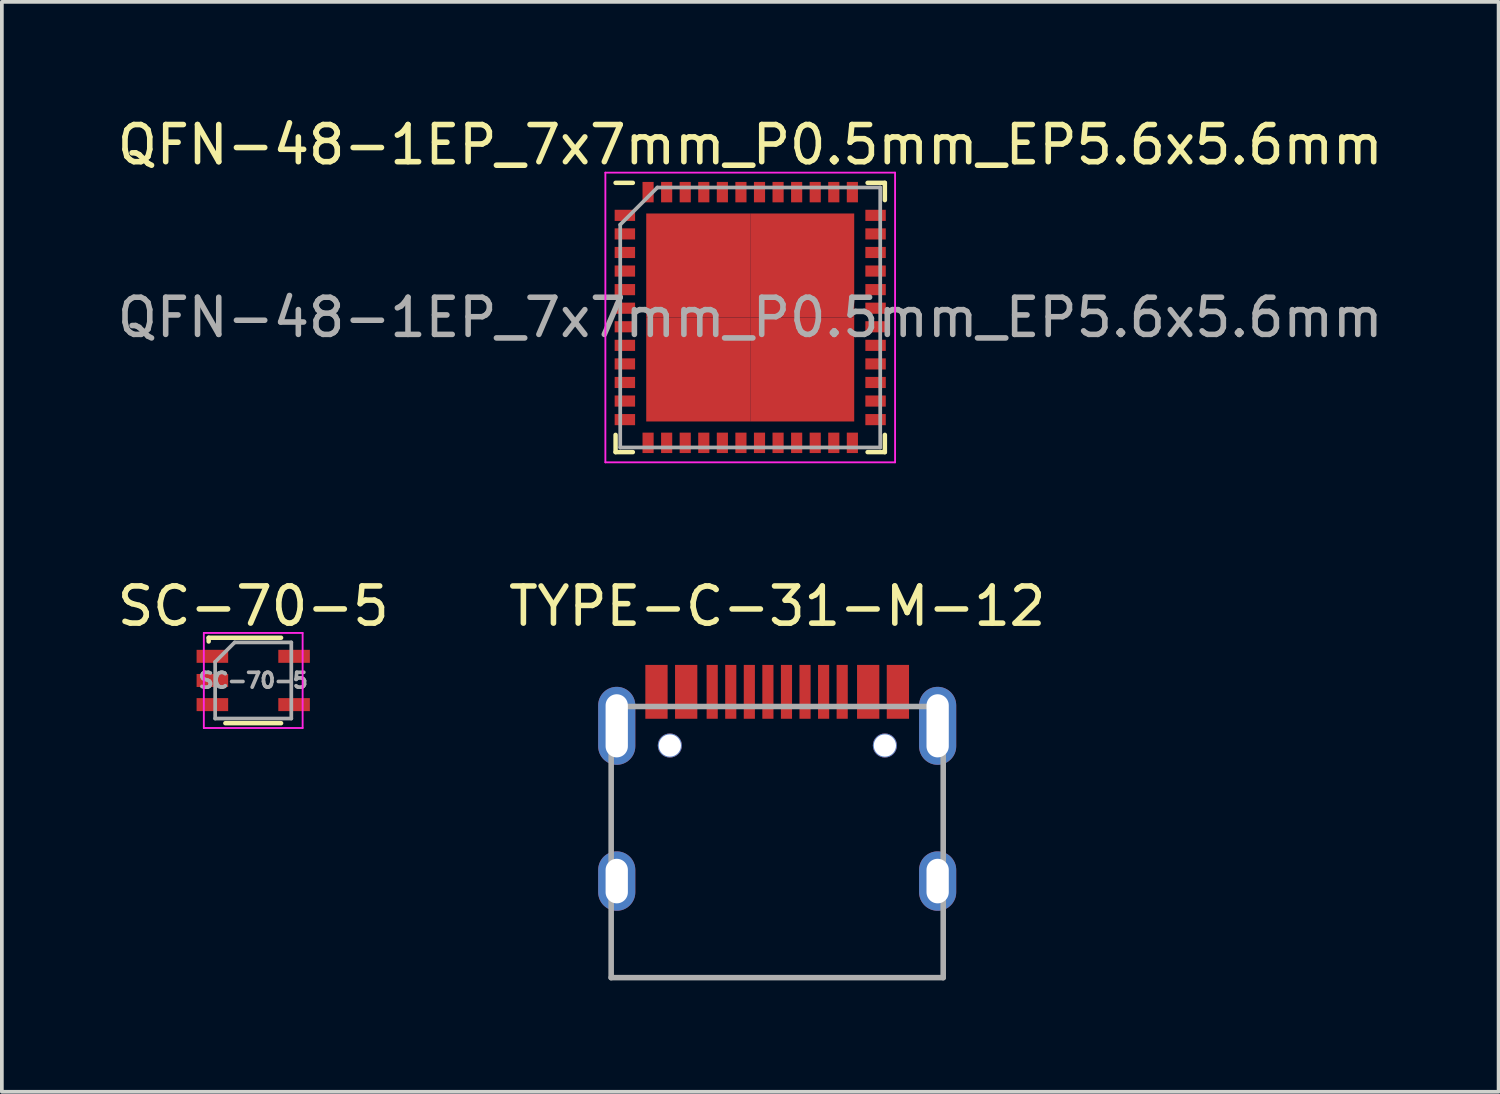
<source format=kicad_pcb>
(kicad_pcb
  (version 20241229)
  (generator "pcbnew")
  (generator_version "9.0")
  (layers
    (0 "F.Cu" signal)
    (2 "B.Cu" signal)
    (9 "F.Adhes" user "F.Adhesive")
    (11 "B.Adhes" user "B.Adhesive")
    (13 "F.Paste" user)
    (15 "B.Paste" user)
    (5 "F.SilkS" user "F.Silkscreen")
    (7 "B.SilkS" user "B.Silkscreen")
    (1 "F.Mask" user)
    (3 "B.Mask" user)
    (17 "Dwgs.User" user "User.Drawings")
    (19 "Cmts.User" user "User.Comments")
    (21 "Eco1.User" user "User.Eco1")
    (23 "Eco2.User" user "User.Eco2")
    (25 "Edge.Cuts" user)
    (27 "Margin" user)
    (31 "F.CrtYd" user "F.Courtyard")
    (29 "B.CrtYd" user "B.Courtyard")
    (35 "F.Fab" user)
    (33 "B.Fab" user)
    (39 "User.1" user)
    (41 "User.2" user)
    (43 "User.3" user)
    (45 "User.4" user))
  (footprint "TYPE-C-31-M-12"
    (layer "F.Cu")
    (at 17.875 20.672)
    (property "Reference" "TYPE-C-31-M-12" (at 0 -7.4 0) (layer "F.SilkS") (effects (font (size 1 1) (thickness 0.15))))
    (attr through_hole)
    (fp_line (start -4.47 -4.7) (end -4.47 2.6) (stroke (width 0.15) (type solid)) (layer "F.Fab"))
    (fp_line (start -4.47 -4.7) (end 4.47 -4.7) (stroke (width 0.15) (type solid)) (layer "F.Fab"))
    (fp_line (start -4.47 2.6) (end 4.47 2.6) (stroke (width 0.15) (type solid)) (layer "F.Fab"))
    (fp_line (start 4.47 -4.7) (end 4.47 2.6) (stroke (width 0.15) (type solid)) (layer "F.Fab"))
    (pad "" np_thru_hole circle (at -2.89 -3.65) (size 0.65 0.65) (drill 0.6) (layers "*.Cu" "*.Mask"))
    (pad "" np_thru_hole circle (at 2.9 -3.65) (size 0.65 0.65) (drill 0.6) (layers "*.Cu" "*.Mask"))
    (pad "A1" smd rect (at -3.25 -5.82) (size 0.6 1.45) (drill (offset 0 0.725)) (layers "F.Cu" "F.Mask" "F.Paste"))
    (pad "A4" smd rect (at -2.45 -5.82) (size 0.6 1.45) (drill (offset 0 0.725)) (layers "F.Cu" "F.Mask" "F.Paste"))
    (pad "A5" smd rect (at -1.25 -5.82) (size 0.3 1.45) (drill (offset 0 0.725)) (layers "F.Cu" "F.Mask" "F.Paste"))
    (pad "A6" smd rect (at -0.25 -5.82) (size 0.3 1.45) (drill (offset 0 0.725)) (layers "F.Cu" "F.Mask" "F.Paste"))
    (pad "A7" smd rect (at 0.25 -5.82) (size 0.3 1.45) (drill (offset 0 0.725)) (layers "F.Cu" "F.Mask" "F.Paste"))
    (pad "A8" smd rect (at 1.25 -5.82) (size 0.3 1.45) (drill (offset 0 0.725)) (layers "F.Cu" "F.Mask" "F.Paste"))
    (pad "A9" smd rect (at 2.45 -5.82) (size 0.6 1.45) (drill (offset 0 0.725)) (layers "F.Cu" "F.Mask" "F.Paste"))
    (pad "A12" smd rect (at 3.25 -5.82) (size 0.6 1.45) (drill (offset 0 0.725)) (layers "F.Cu" "F.Mask" "F.Paste"))
    (pad "B5" smd rect (at 1.75 -5.82) (size 0.3 1.45) (drill (offset 0 0.725)) (layers "F.Cu" "F.Mask" "F.Paste"))
    (pad "B6" smd rect (at 0.75 -5.82) (size 0.3 1.45) (drill (offset 0 0.725)) (layers "F.Cu" "F.Mask" "F.Paste"))
    (pad "B7" smd rect (at -0.75 -5.82) (size 0.3 1.45) (drill (offset 0 0.725)) (layers "F.Cu" "F.Mask" "F.Paste"))
    (pad "B8" smd rect (at -1.75 -5.82) (size 0.3 1.45) (drill (offset 0 0.725)) (layers "F.Cu" "F.Mask" "F.Paste"))
    (pad "PAD" thru_hole oval (at -4.32 -4.18) (size 1 2.1) (drill oval 0.6 1.7) (layers "*.Cu" "*.Mask"))
    (pad "PAD" thru_hole oval (at -4.32 0) (size 1 1.6) (drill oval 0.6 1.2) (layers "*.Cu" "*.Mask"))
    (pad "PAD" thru_hole oval (at 4.32 -4.18) (size 1 2.1) (drill oval 0.6 1.7) (layers "*.Cu" "*.Mask"))
    (pad "PAD" thru_hole oval (at 4.32 0) (size 1 1.6) (drill oval 0.6 1.2) (layers "*.Cu" "*.Mask")))
  (footprint "QFN-48-1EP_7x7mm_P0.5mm_EP5.6x5.6mm"
    (layer "F.Cu")
    (at 17.149 5.498)
    (property "Reference" "QFN-48-1EP_7x7mm_P0.5mm_EP5.6x5.6mm" (at 0 -4.65 0) (layer "F.SilkS") (effects (font (size 1 1) (thickness 0.15))))
    (attr smd)
    (fp_line (start -3.625 -3.625) (end -3.16 -3.625) (stroke (width 0.12) (type solid)) (layer "F.SilkS"))
    (fp_line (start -3.625 3.625) (end -3.625 3.16) (stroke (width 0.12) (type solid)) (layer "F.SilkS"))
    (fp_line (start -3.16 3.625) (end -3.625 3.625) (stroke (width 0.12) (type solid)) (layer "F.SilkS"))
    (fp_line (start 3.16 -3.625) (end 3.625 -3.625) (stroke (width 0.12) (type solid)) (layer "F.SilkS"))
    (fp_line (start 3.16 3.625) (end 3.625 3.625) (stroke (width 0.12) (type solid)) (layer "F.SilkS"))
    (fp_line (start 3.625 -3.625) (end 3.625 -3.16) (stroke (width 0.12) (type solid)) (layer "F.SilkS"))
    (fp_line (start 3.625 3.625) (end 3.625 3.16) (stroke (width 0.12) (type solid)) (layer "F.SilkS"))
    (fp_line (start -3.9 -3.9) (end -3.9 3.9) (stroke (width 0.05) (type solid)) (layer "F.CrtYd"))
    (fp_line (start -3.9 3.9) (end 3.9 3.9) (stroke (width 0.05) (type solid)) (layer "F.CrtYd"))
    (fp_line (start 3.9 -3.9) (end -3.9 -3.9) (stroke (width 0.05) (type solid)) (layer "F.CrtYd"))
    (fp_line (start 3.9 3.9) (end 3.9 -3.9) (stroke (width 0.05) (type solid)) (layer "F.CrtYd"))
    (fp_line (start -3.5 -2.5) (end -2.5 -3.5) (stroke (width 0.1) (type solid)) (layer "F.Fab"))
    (fp_line (start -3.5 3.5) (end -3.5 -2.5) (stroke (width 0.1) (type solid)) (layer "F.Fab"))
    (fp_line (start -2.5 -3.5) (end 3.5 -3.5) (stroke (width 0.1) (type solid)) (layer "F.Fab"))
    (fp_line (start 3.5 -3.5) (end 3.5 3.5) (stroke (width 0.1) (type solid)) (layer "F.Fab"))
    (fp_line (start 3.5 3.5) (end -3.5 3.5) (stroke (width 0.1) (type solid)) (layer "F.Fab"))
    (fp_text user "${REFERENCE}" (at 0 0 0) (layer "F.Fab") (effects (font (size 1 1) (thickness 0.15))))
    (pad "1" smd rect (at -3.375 -2.75) (size 0.55 0.3) (layers "F.Cu" "F.Mask" "F.Paste"))
    (pad "2" smd rect (at -3.375 -2.25) (size 0.55 0.3) (layers "F.Cu" "F.Mask" "F.Paste"))
    (pad "3" smd rect (at -3.375 -1.75) (size 0.55 0.3) (layers "F.Cu" "F.Mask" "F.Paste"))
    (pad "4" smd rect (at -3.375 -1.25) (size 0.55 0.3) (layers "F.Cu" "F.Mask" "F.Paste"))
    (pad "5" smd rect (at -3.375 -0.75) (size 0.55 0.3) (layers "F.Cu" "F.Mask" "F.Paste"))
    (pad "6" smd rect (at -3.375 -0.25) (size 0.55 0.3) (layers "F.Cu" "F.Mask" "F.Paste"))
    (pad "7" smd rect (at -3.375 0.25) (size 0.55 0.3) (layers "F.Cu" "F.Mask" "F.Paste"))
    (pad "8" smd rect (at -3.375 0.75) (size 0.55 0.3) (layers "F.Cu" "F.Mask" "F.Paste"))
    (pad "9" smd rect (at -3.375 1.25) (size 0.55 0.3) (layers "F.Cu" "F.Mask" "F.Paste"))
    (pad "10" smd rect (at -3.375 1.75) (size 0.55 0.3) (layers "F.Cu" "F.Mask" "F.Paste"))
    (pad "11" smd rect (at -3.375 2.25) (size 0.55 0.3) (layers "F.Cu" "F.Mask" "F.Paste"))
    (pad "12" smd rect (at -3.375 2.75) (size 0.55 0.3) (layers "F.Cu" "F.Mask" "F.Paste"))
    (pad "13" smd rect (at -2.75 3.375 90) (size 0.55 0.3) (layers "F.Cu" "F.Mask" "F.Paste"))
    (pad "14" smd rect (at -2.25 3.375 90) (size 0.55 0.3) (layers "F.Cu" "F.Mask" "F.Paste"))
    (pad "15" smd rect (at -1.75 3.375 90) (size 0.55 0.3) (layers "F.Cu" "F.Mask" "F.Paste"))
    (pad "16" smd rect (at -1.25 3.375 90) (size 0.55 0.3) (layers "F.Cu" "F.Mask" "F.Paste"))
    (pad "17" smd rect (at -0.75 3.375 90) (size 0.55 0.3) (layers "F.Cu" "F.Mask" "F.Paste"))
    (pad "18" smd rect (at -0.25 3.375 90) (size 0.55 0.3) (layers "F.Cu" "F.Mask" "F.Paste"))
    (pad "19" smd rect (at 0.25 3.375 90) (size 0.55 0.3) (layers "F.Cu" "F.Mask" "F.Paste"))
    (pad "20" smd rect (at 0.75 3.375 90) (size 0.55 0.3) (layers "F.Cu" "F.Mask" "F.Paste"))
    (pad "21" smd rect (at 1.25 3.375 90) (size 0.55 0.3) (layers "F.Cu" "F.Mask" "F.Paste"))
    (pad "22" smd rect (at 1.75 3.375 90) (size 0.55 0.3) (layers "F.Cu" "F.Mask" "F.Paste"))
    (pad "23" smd rect (at 2.25 3.375 90) (size 0.55 0.3) (layers "F.Cu" "F.Mask" "F.Paste"))
    (pad "24" smd rect (at 2.75 3.375 90) (size 0.55 0.3) (layers "F.Cu" "F.Mask" "F.Paste"))
    (pad "25" smd rect (at 3.375 2.75) (size 0.55 0.3) (layers "F.Cu" "F.Mask" "F.Paste"))
    (pad "26" smd rect (at 3.375 2.25) (size 0.55 0.3) (layers "F.Cu" "F.Mask" "F.Paste"))
    (pad "27" smd rect (at 3.375 1.75) (size 0.55 0.3) (layers "F.Cu" "F.Mask" "F.Paste"))
    (pad "28" smd rect (at 3.375 1.25) (size 0.55 0.3) (layers "F.Cu" "F.Mask" "F.Paste"))
    (pad "29" smd rect (at 3.375 0.75) (size 0.55 0.3) (layers "F.Cu" "F.Mask" "F.Paste"))
    (pad "30" smd rect (at 3.375 0.25) (size 0.55 0.3) (layers "F.Cu" "F.Mask" "F.Paste"))
    (pad "31" smd rect (at 3.375 -0.25) (size 0.55 0.3) (layers "F.Cu" "F.Mask" "F.Paste"))
    (pad "32" smd rect (at 3.375 -0.75) (size 0.55 0.3) (layers "F.Cu" "F.Mask" "F.Paste"))
    (pad "33" smd rect (at 3.375 -1.25) (size 0.55 0.3) (layers "F.Cu" "F.Mask" "F.Paste"))
    (pad "34" smd rect (at 3.375 -1.75) (size 0.55 0.3) (layers "F.Cu" "F.Mask" "F.Paste"))
    (pad "35" smd rect (at 3.375 -2.25) (size 0.55 0.3) (layers "F.Cu" "F.Mask" "F.Paste"))
    (pad "36" smd rect (at 3.375 -2.75) (size 0.55 0.3) (layers "F.Cu" "F.Mask" "F.Paste"))
    (pad "37" smd rect (at 2.75 -3.375 90) (size 0.55 0.3) (layers "F.Cu" "F.Mask" "F.Paste"))
    (pad "38" smd rect (at 2.25 -3.375 90) (size 0.55 0.3) (layers "F.Cu" "F.Mask" "F.Paste"))
    (pad "39" smd rect (at 1.75 -3.375 90) (size 0.55 0.3) (layers "F.Cu" "F.Mask" "F.Paste"))
    (pad "40" smd rect (at 1.25 -3.375 90) (size 0.55 0.3) (layers "F.Cu" "F.Mask" "F.Paste"))
    (pad "41" smd rect (at 0.75 -3.375 90) (size 0.55 0.3) (layers "F.Cu" "F.Mask" "F.Paste"))
    (pad "42" smd rect (at 0.25 -3.375 90) (size 0.55 0.3) (layers "F.Cu" "F.Mask" "F.Paste"))
    (pad "43" smd rect (at -0.25 -3.375 90) (size 0.55 0.3) (layers "F.Cu" "F.Mask" "F.Paste"))
    (pad "44" smd rect (at -0.75 -3.375 90) (size 0.55 0.3) (layers "F.Cu" "F.Mask" "F.Paste"))
    (pad "45" smd rect (at -1.25 -3.375 90) (size 0.55 0.3) (layers "F.Cu" "F.Mask" "F.Paste"))
    (pad "46" smd rect (at -1.75 -3.375 90) (size 0.55 0.3) (layers "F.Cu" "F.Mask" "F.Paste"))
    (pad "47" smd rect (at -2.25 -3.375 90) (size 0.55 0.3) (layers "F.Cu" "F.Mask" "F.Paste"))
    (pad "48" smd rect (at -2.75 -3.375 90) (size 0.55 0.3) (layers "F.Cu" "F.Mask" "F.Paste"))
    (pad "49" smd rect (at -1.4 -1.4) (size 2.8 2.8) (layers "F.Cu" "F.Mask" "F.Paste"))
    (pad "49" smd rect (at -1.4 1.4) (size 2.8 2.8) (layers "F.Cu" "F.Mask" "F.Paste"))
    (pad "49" smd rect (at 1.4 -1.4) (size 2.8 2.8) (layers "F.Cu" "F.Mask" "F.Paste"))
    (pad "49" smd rect (at 1.4 1.4) (size 2.8 2.8) (layers "F.Cu" "F.Mask" "F.Paste")))
  (footprint "SC-70-5"
    (layer "F.Cu")
    (at 3.768 15.271)
    (property "Reference" "SC-70-5" (at 0 -2 0) (layer "F.SilkS") (effects (font (size 1 1) (thickness 0.15))))
    (attr smd)
    (fp_line (start -1.2 -1.15) (end -1.2 -1.05) (stroke (width 0.12) (type solid)) (layer "F.SilkS"))
    (fp_line (start -1.2 -1.15) (end 0.75 -1.15) (stroke (width 0.12) (type solid)) (layer "F.SilkS"))
    (fp_line (start 0.75 1.15) (end -0.75 1.15) (stroke (width 0.12) (type solid)) (layer "F.SilkS"))
    (fp_line (start -1.33 -1.28) (end 1.33 -1.28) (stroke (width 0.05) (type solid)) (layer "F.CrtYd"))
    (fp_line (start -1.33 1.28) (end -1.33 -1.28) (stroke (width 0.05) (type solid)) (layer "F.CrtYd"))
    (fp_line (start 1.33 -1.28) (end 1.33 1.28) (stroke (width 0.05) (type solid)) (layer "F.CrtYd"))
    (fp_line (start 1.33 1.28) (end -1.33 1.28) (stroke (width 0.05) (type solid)) (layer "F.CrtYd"))
    (fp_line (start -1.025 -0.5) (end -0.5 -1.025) (stroke (width 0.1) (type solid)) (layer "F.Fab"))
    (fp_line (start -1.025 1.025) (end -1.025 -0.5) (stroke (width 0.1) (type solid)) (layer "F.Fab"))
    (fp_line (start -0.5 -1.025) (end 1.025 -1.025) (stroke (width 0.1) (type solid)) (layer "F.Fab"))
    (fp_line (start 1.025 -1.025) (end 1.025 1.025) (stroke (width 0.1) (type solid)) (layer "F.Fab"))
    (fp_line (start 1.025 1.025) (end -1.025 1.025) (stroke (width 0.1) (type solid)) (layer "F.Fab"))
    (fp_text user "${REFERENCE}" (at 0 0 0) (layer "F.Fab") (effects (font (size 0.4 0.4) (thickness 0.1))))
    (pad "1" smd rect (at -1.1 -0.65) (size 0.85 0.35) (layers "F.Cu" "F.Mask" "F.Paste"))
    (pad "2" smd rect (at -1.1 0) (size 0.85 0.35) (layers "F.Cu" "F.Mask" "F.Paste"))
    (pad "3" smd rect (at -1.1 0.65) (size 0.85 0.35) (layers "F.Cu" "F.Mask" "F.Paste"))
    (pad "4" smd rect (at 1.1 0.65) (size 0.85 0.35) (layers "F.Cu" "F.Mask" "F.Paste"))
    (pad "5" smd rect (at 1.1 -0.65) (size 0.85 0.35) (layers "F.Cu" "F.Mask" "F.Paste")))
  (gr_rect
    (start -3 -3)
    (end 37.298 26.346)
    (stroke (width 0.1) (type default))
    (fill no)
    (layer "Edge.Cuts")))
</source>
